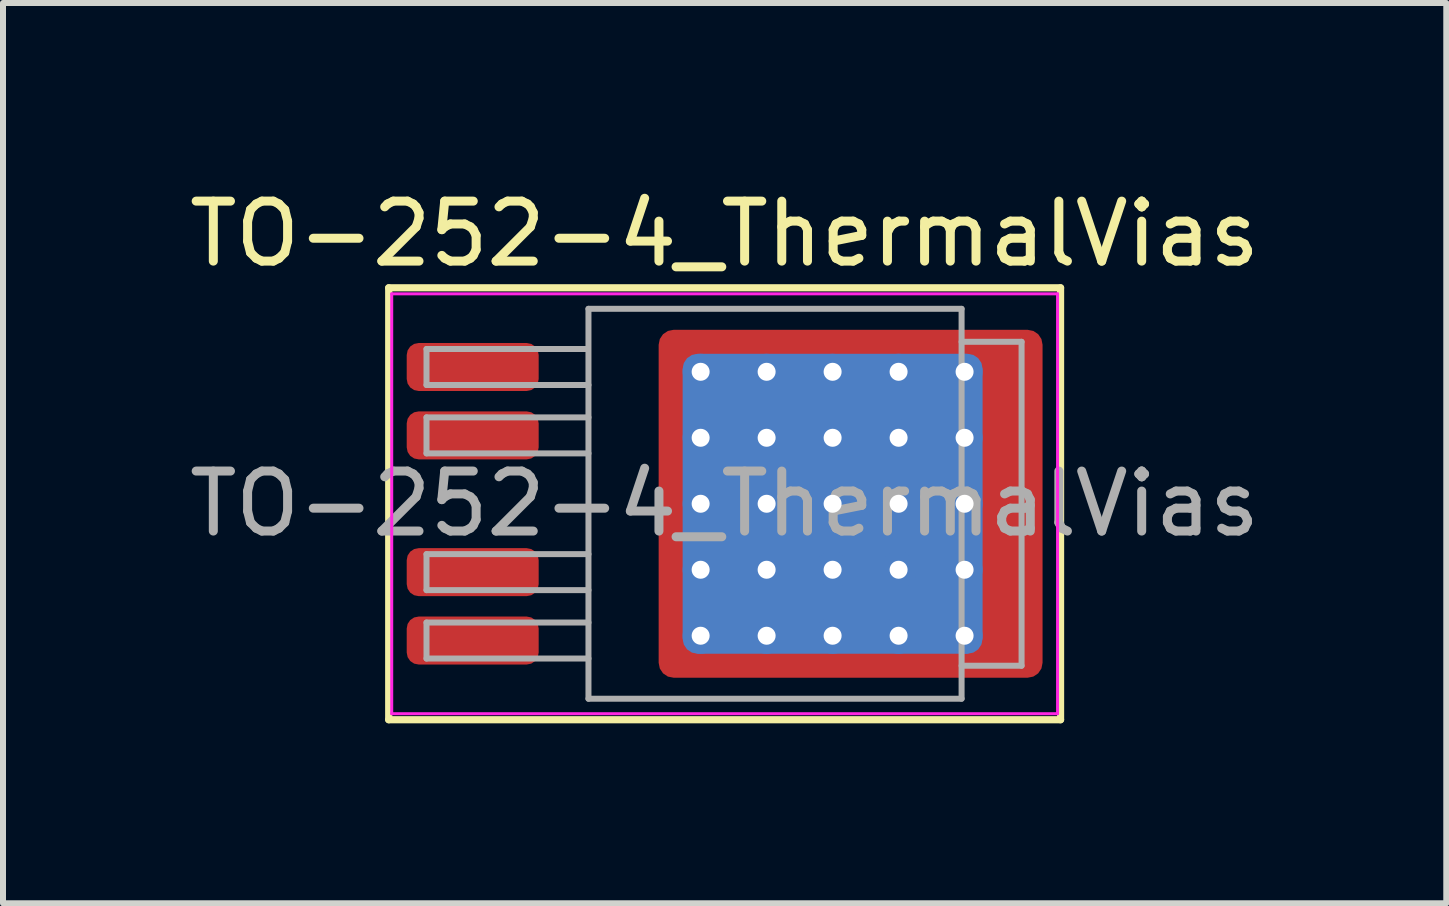
<source format=kicad_pcb>
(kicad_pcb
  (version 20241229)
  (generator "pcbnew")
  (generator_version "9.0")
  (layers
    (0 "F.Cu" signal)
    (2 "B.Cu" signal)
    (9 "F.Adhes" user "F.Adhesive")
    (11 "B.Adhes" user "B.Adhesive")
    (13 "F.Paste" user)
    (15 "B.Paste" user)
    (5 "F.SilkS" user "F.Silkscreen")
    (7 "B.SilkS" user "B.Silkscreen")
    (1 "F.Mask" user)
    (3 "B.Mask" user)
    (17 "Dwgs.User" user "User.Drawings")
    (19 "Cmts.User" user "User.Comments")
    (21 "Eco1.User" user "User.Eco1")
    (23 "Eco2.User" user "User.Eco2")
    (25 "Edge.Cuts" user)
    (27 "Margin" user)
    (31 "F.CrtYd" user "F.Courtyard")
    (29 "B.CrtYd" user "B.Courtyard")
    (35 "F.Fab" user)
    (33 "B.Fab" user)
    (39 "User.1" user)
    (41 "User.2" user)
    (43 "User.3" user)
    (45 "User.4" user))
  (footprint "TO-252-4_ThermalVias"
    (layer "F.Cu")
    (at 9.03 5.348)
    (property "Reference" "TO-252-4_ThermalVias" (at 0 -4.5 0) (layer "F.SilkS") (effects (font (size 1 1) (thickness 0.15))))
    (attr smd)
    (fp_line (start -5.6 -3.6) (end -5.6 3.6) (stroke (width 0.12) (type solid)) (layer "F.SilkS"))
    (fp_line (start -5.6 3.6) (end 5.6 3.6) (stroke (width 0.12) (type solid)) (layer "F.SilkS"))
    (fp_line (start 5.6 -3.6) (end -5.6 -3.6) (stroke (width 0.12) (type solid)) (layer "F.SilkS"))
    (fp_line (start 5.6 3.6) (end 5.6 -3.6) (stroke (width 0.12) (type solid)) (layer "F.SilkS"))
    (fp_line (start -5.55 -3.5) (end -5.55 3.5) (stroke (width 0.05) (type solid)) (layer "F.CrtYd"))
    (fp_line (start -5.55 3.5) (end 5.55 3.5) (stroke (width 0.05) (type solid)) (layer "F.CrtYd"))
    (fp_line (start 5.55 -3.5) (end -5.55 -3.5) (stroke (width 0.05) (type solid)) (layer "F.CrtYd"))
    (fp_line (start 5.55 3.5) (end 5.55 -3.5) (stroke (width 0.05) (type solid)) (layer "F.CrtYd"))
    (fp_line (start -4.97 -2.58) (end -4.97 -1.98) (stroke (width 0.1) (type solid)) (layer "F.Fab"))
    (fp_line (start -4.97 -1.98) (end -2.27 -1.98) (stroke (width 0.1) (type solid)) (layer "F.Fab"))
    (fp_line (start -4.97 -1.44) (end -4.97 -0.84) (stroke (width 0.1) (type solid)) (layer "F.Fab"))
    (fp_line (start -4.97 -0.84) (end -2.27 -0.84) (stroke (width 0.1) (type solid)) (layer "F.Fab"))
    (fp_line (start -4.97 0.84) (end -4.97 1.44) (stroke (width 0.1) (type solid)) (layer "F.Fab"))
    (fp_line (start -4.97 1.44) (end -2.27 1.44) (stroke (width 0.1) (type solid)) (layer "F.Fab"))
    (fp_line (start -4.97 1.98) (end -4.97 2.58) (stroke (width 0.1) (type solid)) (layer "F.Fab"))
    (fp_line (start -4.97 2.58) (end -2.27 2.58) (stroke (width 0.1) (type solid)) (layer "F.Fab"))
    (fp_line (start -2.3 -2.58) (end -4.97 -2.58) (stroke (width 0.1) (type solid)) (layer "F.Fab"))
    (fp_line (start -2.27 -3.25) (end 3.95 -3.25) (stroke (width 0.1) (type solid)) (layer "F.Fab"))
    (fp_line (start -2.27 -1.44) (end -4.97 -1.44) (stroke (width 0.1) (type solid)) (layer "F.Fab"))
    (fp_line (start -2.27 0.84) (end -4.97 0.84) (stroke (width 0.1) (type solid)) (layer "F.Fab"))
    (fp_line (start -2.27 1.98) (end -4.97 1.98) (stroke (width 0.1) (type solid)) (layer "F.Fab"))
    (fp_line (start -2.27 3.25) (end -2.27 -3.25) (stroke (width 0.1) (type solid)) (layer "F.Fab"))
    (fp_line (start 3.95 -3.25) (end 3.95 3.25) (stroke (width 0.1) (type solid)) (layer "F.Fab"))
    (fp_line (start 3.95 -2.7) (end 4.95 -2.7) (stroke (width 0.1) (type solid)) (layer "F.Fab"))
    (fp_line (start 3.95 3.25) (end -2.27 3.25) (stroke (width 0.1) (type solid)) (layer "F.Fab"))
    (fp_line (start 4.95 -2.7) (end 4.95 2.7) (stroke (width 0.1) (type solid)) (layer "F.Fab"))
    (fp_line (start 4.95 2.7) (end 3.95 2.7) (stroke (width 0.1) (type solid)) (layer "F.Fab"))
    (fp_text user "${REFERENCE}" (at 0 0 0) (layer "F.Fab") (effects (font (size 1 1) (thickness 0.15))))
    (pad "" smd roundrect (at -0.8 -2.55 90) (size 0.5 0.5) (layers "F.Paste") (roundrect_rratio 0.25))
    (pad "" smd roundrect (at -0.8 -1.65 90) (size 0.9 0.5) (layers "F.Paste") (roundrect_rratio 0.25))
    (pad "" smd roundrect (at -0.8 -0.55 90) (size 0.9 0.5) (layers "F.Paste") (roundrect_rratio 0.25))
    (pad "" smd roundrect (at -0.8 0.55 90) (size 0.9 0.5) (layers "F.Paste") (roundrect_rratio 0.25))
    (pad "" smd roundrect (at -0.8 1.65 90) (size 0.9 0.5) (layers "F.Paste") (roundrect_rratio 0.25))
    (pad "" smd roundrect (at -0.8 2.6 90) (size 0.5 0.5) (layers "F.Paste") (roundrect_rratio 0.25))
    (pad "" smd roundrect (at 0.15 -2.55) (size 0.9 0.5) (layers "F.Paste") (roundrect_rratio 0.25))
    (pad "" smd roundrect (at 0.15 -1.65) (size 0.9 0.9) (layers "F.Paste") (roundrect_rratio 0.25))
    (pad "" smd roundrect (at 0.15 -0.55) (size 0.9 0.9) (layers "F.Paste") (roundrect_rratio 0.25))
    (pad "" smd roundrect (at 0.15 0.55) (size 0.9 0.9) (layers "F.Paste") (roundrect_rratio 0.25))
    (pad "" smd roundrect (at 0.15 1.65) (size 0.9 0.9) (layers "F.Paste") (roundrect_rratio 0.25))
    (pad "" smd roundrect (at 0.15 2.6) (size 0.9 0.5) (layers "F.Paste") (roundrect_rratio 0.25))
    (pad "" smd roundrect (at 1.25 -2.55) (size 0.9 0.5) (layers "F.Paste") (roundrect_rratio 0.25))
    (pad "" smd roundrect (at 1.25 -1.65) (size 0.9 0.9) (layers "F.Paste") (roundrect_rratio 0.25))
    (pad "" smd roundrect (at 1.25 -0.55) (size 0.9 0.9) (layers "F.Paste") (roundrect_rratio 0.25))
    (pad "" smd roundrect (at 1.25 0.55) (size 0.9 0.9) (layers "F.Paste") (roundrect_rratio 0.25))
    (pad "" smd roundrect (at 1.25 1.65) (size 0.9 0.9) (layers "F.Paste") (roundrect_rratio 0.25))
    (pad "" smd roundrect (at 1.25 2.6) (size 0.9 0.5) (layers "F.Paste") (roundrect_rratio 0.25))
    (pad "" smd roundrect (at 2.35 -2.55) (size 0.9 0.5) (layers "F.Paste") (roundrect_rratio 0.25))
    (pad "" smd roundrect (at 2.35 -1.65) (size 0.9 0.9) (layers "F.Paste") (roundrect_rratio 0.25))
    (pad "" smd roundrect (at 2.35 -0.55) (size 0.9 0.9) (layers "F.Paste") (roundrect_rratio 0.25))
    (pad "" smd roundrect (at 2.35 0.55) (size 0.9 0.9) (layers "F.Paste") (roundrect_rratio 0.25))
    (pad "" smd roundrect (at 2.35 1.65) (size 0.9 0.9) (layers "F.Paste") (roundrect_rratio 0.25))
    (pad "" smd roundrect (at 2.35 2.6) (size 0.9 0.5) (layers "F.Paste") (roundrect_rratio 0.25))
    (pad "" smd roundrect (at 3.45 -2.55) (size 0.9 0.5) (layers "F.Paste") (roundrect_rratio 0.25))
    (pad "" smd roundrect (at 3.45 -1.65) (size 0.9 0.9) (layers "F.Paste") (roundrect_rratio 0.25))
    (pad "" smd roundrect (at 3.45 -0.55) (size 0.9 0.9) (layers "F.Paste") (roundrect_rratio 0.25))
    (pad "" smd roundrect (at 3.45 0.55) (size 0.9 0.9) (layers "F.Paste") (roundrect_rratio 0.25))
    (pad "" smd roundrect (at 3.45 1.65) (size 0.9 0.9) (layers "F.Paste") (roundrect_rratio 0.25))
    (pad "" smd roundrect (at 3.45 2.6) (size 0.9 0.5) (layers "F.Paste") (roundrect_rratio 0.25))
    (pad "" smd roundrect (at 4.6 -2.55 90) (size 0.5 0.9) (layers "F.Paste") (roundrect_rratio 0.25))
    (pad "" smd roundrect (at 4.6 -1.65 90) (size 0.9 0.9) (layers "F.Paste") (roundrect_rratio 0.25))
    (pad "" smd roundrect (at 4.6 -0.55 90) (size 0.9 0.9) (layers "F.Paste") (roundrect_rratio 0.25))
    (pad "" smd roundrect (at 4.6 0.55 90) (size 0.9 0.9) (layers "F.Paste") (roundrect_rratio 0.25))
    (pad "" smd roundrect (at 4.6 1.65 90) (size 0.9 0.9) (layers "F.Paste") (roundrect_rratio 0.25))
    (pad "" smd roundrect (at 4.6 2.6 90) (size 0.5 0.9) (layers "F.Paste") (roundrect_rratio 0.25))
    (pad "1" smd roundrect (at -4.2 -2.28) (size 2.2 0.8) (layers "F.Cu" "F.Mask" "F.Paste") (roundrect_rratio 0.25))
    (pad "2" smd roundrect (at -4.2 -1.14) (size 2.2 0.8) (layers "F.Cu" "F.Mask" "F.Paste") (roundrect_rratio 0.25))
    (pad "3" thru_hole circle (at -0.4 -2.2) (size 0.6 0.6) (drill 0.3) (property pad_prop_heatsink) (layers "*.Cu"))
    (pad "3" thru_hole circle (at -0.4 -1.1) (size 0.6 0.6) (drill 0.3) (property pad_prop_heatsink) (layers "*.Cu"))
    (pad "3" thru_hole circle (at -0.4 0) (size 0.6 0.6) (drill 0.3) (property pad_prop_heatsink) (layers "*.Cu"))
    (pad "3" thru_hole circle (at -0.4 1.1) (size 0.6 0.6) (drill 0.3) (property pad_prop_heatsink) (layers "*.Cu"))
    (pad "3" thru_hole circle (at -0.4 2.2) (size 0.6 0.6) (drill 0.3) (property pad_prop_heatsink) (layers "*.Cu"))
    (pad "3" thru_hole circle (at 0.7 -2.2) (size 0.6 0.6) (drill 0.3) (property pad_prop_heatsink) (layers "*.Cu"))
    (pad "3" thru_hole circle (at 0.7 -1.1) (size 0.6 0.6) (drill 0.3) (property pad_prop_heatsink) (layers "*.Cu"))
    (pad "3" thru_hole circle (at 0.7 0) (size 0.6 0.6) (drill 0.3) (property pad_prop_heatsink) (layers "*.Cu"))
    (pad "3" thru_hole circle (at 0.7 1.1) (size 0.6 0.6) (drill 0.3) (property pad_prop_heatsink) (layers "*.Cu"))
    (pad "3" thru_hole circle (at 0.7 2.2) (size 0.6 0.6) (drill 0.3) (property pad_prop_heatsink) (layers "*.Cu"))
    (pad "3" thru_hole circle (at 1.8 -2.2) (size 0.6 0.6) (drill 0.3) (property pad_prop_heatsink) (layers "*.Cu"))
    (pad "3" thru_hole circle (at 1.8 -1.1) (size 0.6 0.6) (drill 0.3) (property pad_prop_heatsink) (layers "*.Cu"))
    (pad "3" thru_hole circle (at 1.8 0) (size 0.6 0.6) (drill 0.3) (property pad_prop_heatsink) (layers "*.Cu"))
    (pad "3" smd roundrect (at 1.8 0) (size 5 5) (layers "B.Cu" "B.Mask") (roundrect_rratio 0.05))
    (pad "3" thru_hole circle (at 1.8 1.1) (size 0.6 0.6) (drill 0.3) (property pad_prop_heatsink) (layers "*.Cu"))
    (pad "3" thru_hole circle (at 1.8 2.2) (size 0.6 0.6) (drill 0.3) (property pad_prop_heatsink) (layers "*.Cu"))
    (pad "3" smd roundrect (at 2.1 0) (size 6.4 5.8) (layers "F.Cu" "F.Mask") (roundrect_rratio 0.043))
    (pad "3" thru_hole circle (at 2.9 -2.2) (size 0.6 0.6) (drill 0.3) (property pad_prop_heatsink) (layers "*.Cu"))
    (pad "3" thru_hole circle (at 2.9 -1.1) (size 0.6 0.6) (drill 0.3) (property pad_prop_heatsink) (layers "*.Cu"))
    (pad "3" thru_hole circle (at 2.9 0) (size 0.6 0.6) (drill 0.3) (property pad_prop_heatsink) (layers "*.Cu"))
    (pad "3" thru_hole circle (at 2.9 1.1) (size 0.6 0.6) (drill 0.3) (property pad_prop_heatsink) (layers "*.Cu"))
    (pad "3" thru_hole circle (at 2.9 2.2) (size 0.6 0.6) (drill 0.3) (property pad_prop_heatsink) (layers "*.Cu"))
    (pad "3" thru_hole circle (at 4 -2.2) (size 0.6 0.6) (drill 0.3) (property pad_prop_heatsink) (layers "*.Cu"))
    (pad "3" thru_hole circle (at 4 -1.1) (size 0.6 0.6) (drill 0.3) (property pad_prop_heatsink) (layers "*.Cu"))
    (pad "3" thru_hole circle (at 4 0) (size 0.6 0.6) (drill 0.3) (property pad_prop_heatsink) (layers "*.Cu"))
    (pad "3" thru_hole circle (at 4 1.1) (size 0.6 0.6) (drill 0.3) (property pad_prop_heatsink) (layers "*.Cu"))
    (pad "3" thru_hole circle (at 4 2.2) (size 0.6 0.6) (drill 0.3) (property pad_prop_heatsink) (layers "*.Cu"))
    (pad "4" smd roundrect (at -4.2 1.14) (size 2.2 0.8) (layers "F.Cu" "F.Mask" "F.Paste") (roundrect_rratio 0.25))
    (pad "5" smd roundrect (at -4.2 2.28) (size 2.2 0.8) (layers "F.Cu" "F.Mask" "F.Paste") (roundrect_rratio 0.25)))
  (gr_rect
    (start -3 -3)
    (end 21.06 12.008)
    (stroke (width 0.1) (type default))
    (fill no)
    (layer "Edge.Cuts")))
</source>
